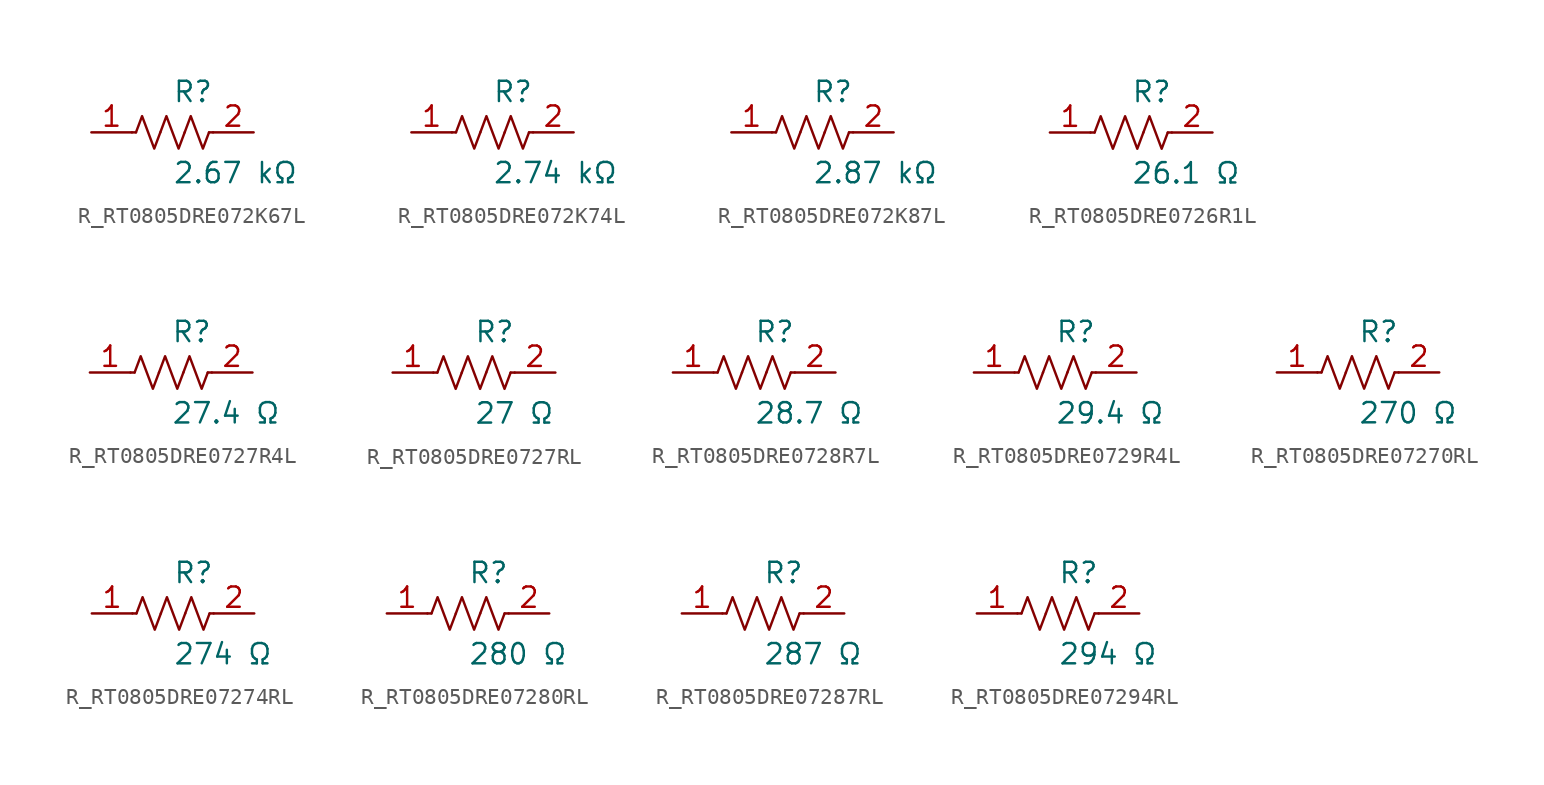
<source format=kicad_sym>
(kicad_symbol_lib
  (version 20231120)
  (generator kicad_symbol_editor)
  (generator_version 8.0)
  (symbol "R_RT0805DRE072K67L"
    (pin_names
      (offset 0.254))
    (property "Reference" "R"
      (at 0.0 2.54 0)
      (effects (font (size 1.27 1.27)) (justify left)))
    (property "Value" "2.67 kΩ"
      (at 0.0 -2.54 0)
      (effects (font (size 1.27 1.27)) (justify left)))
    (symbol "R_RT0805DRE072K67L_0_1"
      (polyline (pts (xy 2.286 0) (xy 2.54 0)) (stroke (width 0) (type default)) (fill (type none)))
      (polyline (pts (xy -2.286 0) (xy -2.54 0)) (stroke (width 0) (type default)) (fill (type none)))
      (polyline (pts (xy 0.762 0) (xy 1.143 1.016) (xy 1.524 0) (xy 1.905 -1.016) (xy 2.286 0)) (stroke (width 0) (type default)) (fill (type none)))
      (polyline (pts (xy -0.762 0) (xy -0.381 1.016) (xy 0 0) (xy 0.381 -1.016) (xy 0.762 0)) (stroke (width 0) (type default)) (fill (type none)))
      (polyline (pts (xy -2.286 0) (xy -1.905 1.016) (xy -1.524 0) (xy -1.143 -1.016) (xy -0.762 0)) (stroke (width 0) (type default)) (fill (type none))))
    (pin unspecified line
      (at -5.08 0 0)
      (length 2.54)
      (name "" (effects (font (size 1.27 1.27))))
      (number "1" (effects (font (size 1.27 1.27)))))
    (pin unspecified line
      (at 5.08 0 180)
      (length 2.54)
      (name "" (effects (font (size 1.27 1.27))))
      (number "2" (effects (font (size 1.27 1.27))))))
  (symbol "R_RT0805DRE072K74L"
    (pin_names
      (offset 0.254))
    (property "Reference" "R"
      (at 0.0 2.54 0)
      (effects (font (size 1.27 1.27)) (justify left)))
    (property "Value" "2.74 kΩ"
      (at 0.0 -2.54 0)
      (effects (font (size 1.27 1.27)) (justify left)))
    (symbol "R_RT0805DRE072K74L_0_1"
      (polyline (pts (xy 2.286 0) (xy 2.54 0)) (stroke (width 0) (type default)) (fill (type none)))
      (polyline (pts (xy -2.286 0) (xy -2.54 0)) (stroke (width 0) (type default)) (fill (type none)))
      (polyline (pts (xy 0.762 0) (xy 1.143 1.016) (xy 1.524 0) (xy 1.905 -1.016) (xy 2.286 0)) (stroke (width 0) (type default)) (fill (type none)))
      (polyline (pts (xy -0.762 0) (xy -0.381 1.016) (xy 0 0) (xy 0.381 -1.016) (xy 0.762 0)) (stroke (width 0) (type default)) (fill (type none)))
      (polyline (pts (xy -2.286 0) (xy -1.905 1.016) (xy -1.524 0) (xy -1.143 -1.016) (xy -0.762 0)) (stroke (width 0) (type default)) (fill (type none))))
    (pin unspecified line
      (at -5.08 0 0)
      (length 2.54)
      (name "" (effects (font (size 1.27 1.27))))
      (number "1" (effects (font (size 1.27 1.27)))))
    (pin unspecified line
      (at 5.08 0 180)
      (length 2.54)
      (name "" (effects (font (size 1.27 1.27))))
      (number "2" (effects (font (size 1.27 1.27))))))
  (symbol "R_RT0805DRE072K87L"
    (pin_names
      (offset 0.254))
    (property "Reference" "R"
      (at 0.0 2.54 0)
      (effects (font (size 1.27 1.27)) (justify left)))
    (property "Value" "2.87 kΩ"
      (at 0.0 -2.54 0)
      (effects (font (size 1.27 1.27)) (justify left)))
    (symbol "R_RT0805DRE072K87L_0_1"
      (polyline (pts (xy 2.286 0) (xy 2.54 0)) (stroke (width 0) (type default)) (fill (type none)))
      (polyline (pts (xy -2.286 0) (xy -2.54 0)) (stroke (width 0) (type default)) (fill (type none)))
      (polyline (pts (xy 0.762 0) (xy 1.143 1.016) (xy 1.524 0) (xy 1.905 -1.016) (xy 2.286 0)) (stroke (width 0) (type default)) (fill (type none)))
      (polyline (pts (xy -0.762 0) (xy -0.381 1.016) (xy 0 0) (xy 0.381 -1.016) (xy 0.762 0)) (stroke (width 0) (type default)) (fill (type none)))
      (polyline (pts (xy -2.286 0) (xy -1.905 1.016) (xy -1.524 0) (xy -1.143 -1.016) (xy -0.762 0)) (stroke (width 0) (type default)) (fill (type none))))
    (pin unspecified line
      (at -5.08 0 0)
      (length 2.54)
      (name "" (effects (font (size 1.27 1.27))))
      (number "1" (effects (font (size 1.27 1.27)))))
    (pin unspecified line
      (at 5.08 0 180)
      (length 2.54)
      (name "" (effects (font (size 1.27 1.27))))
      (number "2" (effects (font (size 1.27 1.27))))))
  (symbol "R_RT0805DRE0726R1L"
    (pin_names
      (offset 0.254))
    (property "Reference" "R"
      (at 0.0 2.54 0)
      (effects (font (size 1.27 1.27)) (justify left)))
    (property "Value" "26.1 Ω"
      (at 0.0 -2.54 0)
      (effects (font (size 1.27 1.27)) (justify left)))
    (symbol "R_RT0805DRE0726R1L_0_1"
      (polyline (pts (xy 2.286 0) (xy 2.54 0)) (stroke (width 0) (type default)) (fill (type none)))
      (polyline (pts (xy -2.286 0) (xy -2.54 0)) (stroke (width 0) (type default)) (fill (type none)))
      (polyline (pts (xy 0.762 0) (xy 1.143 1.016) (xy 1.524 0) (xy 1.905 -1.016) (xy 2.286 0)) (stroke (width 0) (type default)) (fill (type none)))
      (polyline (pts (xy -0.762 0) (xy -0.381 1.016) (xy 0 0) (xy 0.381 -1.016) (xy 0.762 0)) (stroke (width 0) (type default)) (fill (type none)))
      (polyline (pts (xy -2.286 0) (xy -1.905 1.016) (xy -1.524 0) (xy -1.143 -1.016) (xy -0.762 0)) (stroke (width 0) (type default)) (fill (type none))))
    (pin unspecified line
      (at -5.08 0 0)
      (length 2.54)
      (name "" (effects (font (size 1.27 1.27))))
      (number "1" (effects (font (size 1.27 1.27)))))
    (pin unspecified line
      (at 5.08 0 180)
      (length 2.54)
      (name "" (effects (font (size 1.27 1.27))))
      (number "2" (effects (font (size 1.27 1.27))))))
  (symbol "R_RT0805DRE0727R4L"
    (pin_names
      (offset 0.254))
    (property "Reference" "R"
      (at 0.0 2.54 0)
      (effects (font (size 1.27 1.27)) (justify left)))
    (property "Value" "27.4 Ω"
      (at 0.0 -2.54 0)
      (effects (font (size 1.27 1.27)) (justify left)))
    (symbol "R_RT0805DRE0727R4L_0_1"
      (polyline (pts (xy 2.286 0) (xy 2.54 0)) (stroke (width 0) (type default)) (fill (type none)))
      (polyline (pts (xy -2.286 0) (xy -2.54 0)) (stroke (width 0) (type default)) (fill (type none)))
      (polyline (pts (xy 0.762 0) (xy 1.143 1.016) (xy 1.524 0) (xy 1.905 -1.016) (xy 2.286 0)) (stroke (width 0) (type default)) (fill (type none)))
      (polyline (pts (xy -0.762 0) (xy -0.381 1.016) (xy 0 0) (xy 0.381 -1.016) (xy 0.762 0)) (stroke (width 0) (type default)) (fill (type none)))
      (polyline (pts (xy -2.286 0) (xy -1.905 1.016) (xy -1.524 0) (xy -1.143 -1.016) (xy -0.762 0)) (stroke (width 0) (type default)) (fill (type none))))
    (pin unspecified line
      (at -5.08 0 0)
      (length 2.54)
      (name "" (effects (font (size 1.27 1.27))))
      (number "1" (effects (font (size 1.27 1.27)))))
    (pin unspecified line
      (at 5.08 0 180)
      (length 2.54)
      (name "" (effects (font (size 1.27 1.27))))
      (number "2" (effects (font (size 1.27 1.27))))))
  (symbol "R_RT0805DRE0727RL"
    (pin_names
      (offset 0.254))
    (property "Reference" "R"
      (at 0.0 2.54 0)
      (effects (font (size 1.27 1.27)) (justify left)))
    (property "Value" "27 Ω"
      (at 0.0 -2.54 0)
      (effects (font (size 1.27 1.27)) (justify left)))
    (symbol "R_RT0805DRE0727RL_0_1"
      (polyline (pts (xy 2.286 0) (xy 2.54 0)) (stroke (width 0) (type default)) (fill (type none)))
      (polyline (pts (xy -2.286 0) (xy -2.54 0)) (stroke (width 0) (type default)) (fill (type none)))
      (polyline (pts (xy 0.762 0) (xy 1.143 1.016) (xy 1.524 0) (xy 1.905 -1.016) (xy 2.286 0)) (stroke (width 0) (type default)) (fill (type none)))
      (polyline (pts (xy -0.762 0) (xy -0.381 1.016) (xy 0 0) (xy 0.381 -1.016) (xy 0.762 0)) (stroke (width 0) (type default)) (fill (type none)))
      (polyline (pts (xy -2.286 0) (xy -1.905 1.016) (xy -1.524 0) (xy -1.143 -1.016) (xy -0.762 0)) (stroke (width 0) (type default)) (fill (type none))))
    (pin unspecified line
      (at -5.08 0 0)
      (length 2.54)
      (name "" (effects (font (size 1.27 1.27))))
      (number "1" (effects (font (size 1.27 1.27)))))
    (pin unspecified line
      (at 5.08 0 180)
      (length 2.54)
      (name "" (effects (font (size 1.27 1.27))))
      (number "2" (effects (font (size 1.27 1.27))))))
  (symbol "R_RT0805DRE0728R7L"
    (pin_names
      (offset 0.254))
    (property "Reference" "R"
      (at 0.0 2.54 0)
      (effects (font (size 1.27 1.27)) (justify left)))
    (property "Value" "28.7 Ω"
      (at 0.0 -2.54 0)
      (effects (font (size 1.27 1.27)) (justify left)))
    (symbol "R_RT0805DRE0728R7L_0_1"
      (polyline (pts (xy 2.286 0) (xy 2.54 0)) (stroke (width 0) (type default)) (fill (type none)))
      (polyline (pts (xy -2.286 0) (xy -2.54 0)) (stroke (width 0) (type default)) (fill (type none)))
      (polyline (pts (xy 0.762 0) (xy 1.143 1.016) (xy 1.524 0) (xy 1.905 -1.016) (xy 2.286 0)) (stroke (width 0) (type default)) (fill (type none)))
      (polyline (pts (xy -0.762 0) (xy -0.381 1.016) (xy 0 0) (xy 0.381 -1.016) (xy 0.762 0)) (stroke (width 0) (type default)) (fill (type none)))
      (polyline (pts (xy -2.286 0) (xy -1.905 1.016) (xy -1.524 0) (xy -1.143 -1.016) (xy -0.762 0)) (stroke (width 0) (type default)) (fill (type none))))
    (pin unspecified line
      (at -5.08 0 0)
      (length 2.54)
      (name "" (effects (font (size 1.27 1.27))))
      (number "1" (effects (font (size 1.27 1.27)))))
    (pin unspecified line
      (at 5.08 0 180)
      (length 2.54)
      (name "" (effects (font (size 1.27 1.27))))
      (number "2" (effects (font (size 1.27 1.27))))))
  (symbol "R_RT0805DRE0729R4L"
    (pin_names
      (offset 0.254))
    (property "Reference" "R"
      (at 0.0 2.54 0)
      (effects (font (size 1.27 1.27)) (justify left)))
    (property "Value" "29.4 Ω"
      (at 0.0 -2.54 0)
      (effects (font (size 1.27 1.27)) (justify left)))
    (symbol "R_RT0805DRE0729R4L_0_1"
      (polyline (pts (xy 2.286 0) (xy 2.54 0)) (stroke (width 0) (type default)) (fill (type none)))
      (polyline (pts (xy -2.286 0) (xy -2.54 0)) (stroke (width 0) (type default)) (fill (type none)))
      (polyline (pts (xy 0.762 0) (xy 1.143 1.016) (xy 1.524 0) (xy 1.905 -1.016) (xy 2.286 0)) (stroke (width 0) (type default)) (fill (type none)))
      (polyline (pts (xy -0.762 0) (xy -0.381 1.016) (xy 0 0) (xy 0.381 -1.016) (xy 0.762 0)) (stroke (width 0) (type default)) (fill (type none)))
      (polyline (pts (xy -2.286 0) (xy -1.905 1.016) (xy -1.524 0) (xy -1.143 -1.016) (xy -0.762 0)) (stroke (width 0) (type default)) (fill (type none))))
    (pin unspecified line
      (at -5.08 0 0)
      (length 2.54)
      (name "" (effects (font (size 1.27 1.27))))
      (number "1" (effects (font (size 1.27 1.27)))))
    (pin unspecified line
      (at 5.08 0 180)
      (length 2.54)
      (name "" (effects (font (size 1.27 1.27))))
      (number "2" (effects (font (size 1.27 1.27))))))
  (symbol "R_RT0805DRE07270RL"
    (pin_names
      (offset 0.254))
    (property "Reference" "R"
      (at 0.0 2.54 0)
      (effects (font (size 1.27 1.27)) (justify left)))
    (property "Value" "270 Ω"
      (at 0.0 -2.54 0)
      (effects (font (size 1.27 1.27)) (justify left)))
    (symbol "R_RT0805DRE07270RL_0_1"
      (polyline (pts (xy 2.286 0) (xy 2.54 0)) (stroke (width 0) (type default)) (fill (type none)))
      (polyline (pts (xy -2.286 0) (xy -2.54 0)) (stroke (width 0) (type default)) (fill (type none)))
      (polyline (pts (xy 0.762 0) (xy 1.143 1.016) (xy 1.524 0) (xy 1.905 -1.016) (xy 2.286 0)) (stroke (width 0) (type default)) (fill (type none)))
      (polyline (pts (xy -0.762 0) (xy -0.381 1.016) (xy 0 0) (xy 0.381 -1.016) (xy 0.762 0)) (stroke (width 0) (type default)) (fill (type none)))
      (polyline (pts (xy -2.286 0) (xy -1.905 1.016) (xy -1.524 0) (xy -1.143 -1.016) (xy -0.762 0)) (stroke (width 0) (type default)) (fill (type none))))
    (pin unspecified line
      (at -5.08 0 0)
      (length 2.54)
      (name "" (effects (font (size 1.27 1.27))))
      (number "1" (effects (font (size 1.27 1.27)))))
    (pin unspecified line
      (at 5.08 0 180)
      (length 2.54)
      (name "" (effects (font (size 1.27 1.27))))
      (number "2" (effects (font (size 1.27 1.27))))))
  (symbol "R_RT0805DRE07274RL"
    (pin_names
      (offset 0.254))
    (property "Reference" "R"
      (at 0.0 2.54 0)
      (effects (font (size 1.27 1.27)) (justify left)))
    (property "Value" "274 Ω"
      (at 0.0 -2.54 0)
      (effects (font (size 1.27 1.27)) (justify left)))
    (symbol "R_RT0805DRE07274RL_0_1"
      (polyline (pts (xy 2.286 0) (xy 2.54 0)) (stroke (width 0) (type default)) (fill (type none)))
      (polyline (pts (xy -2.286 0) (xy -2.54 0)) (stroke (width 0) (type default)) (fill (type none)))
      (polyline (pts (xy 0.762 0) (xy 1.143 1.016) (xy 1.524 0) (xy 1.905 -1.016) (xy 2.286 0)) (stroke (width 0) (type default)) (fill (type none)))
      (polyline (pts (xy -0.762 0) (xy -0.381 1.016) (xy 0 0) (xy 0.381 -1.016) (xy 0.762 0)) (stroke (width 0) (type default)) (fill (type none)))
      (polyline (pts (xy -2.286 0) (xy -1.905 1.016) (xy -1.524 0) (xy -1.143 -1.016) (xy -0.762 0)) (stroke (width 0) (type default)) (fill (type none))))
    (pin unspecified line
      (at -5.08 0 0)
      (length 2.54)
      (name "" (effects (font (size 1.27 1.27))))
      (number "1" (effects (font (size 1.27 1.27)))))
    (pin unspecified line
      (at 5.08 0 180)
      (length 2.54)
      (name "" (effects (font (size 1.27 1.27))))
      (number "2" (effects (font (size 1.27 1.27))))))
  (symbol "R_RT0805DRE07280RL"
    (pin_names
      (offset 0.254))
    (property "Reference" "R"
      (at 0.0 2.54 0)
      (effects (font (size 1.27 1.27)) (justify left)))
    (property "Value" "280 Ω"
      (at 0.0 -2.54 0)
      (effects (font (size 1.27 1.27)) (justify left)))
    (symbol "R_RT0805DRE07280RL_0_1"
      (polyline (pts (xy 2.286 0) (xy 2.54 0)) (stroke (width 0) (type default)) (fill (type none)))
      (polyline (pts (xy -2.286 0) (xy -2.54 0)) (stroke (width 0) (type default)) (fill (type none)))
      (polyline (pts (xy 0.762 0) (xy 1.143 1.016) (xy 1.524 0) (xy 1.905 -1.016) (xy 2.286 0)) (stroke (width 0) (type default)) (fill (type none)))
      (polyline (pts (xy -0.762 0) (xy -0.381 1.016) (xy 0 0) (xy 0.381 -1.016) (xy 0.762 0)) (stroke (width 0) (type default)) (fill (type none)))
      (polyline (pts (xy -2.286 0) (xy -1.905 1.016) (xy -1.524 0) (xy -1.143 -1.016) (xy -0.762 0)) (stroke (width 0) (type default)) (fill (type none))))
    (pin unspecified line
      (at -5.08 0 0)
      (length 2.54)
      (name "" (effects (font (size 1.27 1.27))))
      (number "1" (effects (font (size 1.27 1.27)))))
    (pin unspecified line
      (at 5.08 0 180)
      (length 2.54)
      (name "" (effects (font (size 1.27 1.27))))
      (number "2" (effects (font (size 1.27 1.27))))))
  (symbol "R_RT0805DRE07287RL"
    (pin_names
      (offset 0.254))
    (property "Reference" "R"
      (at 0.0 2.54 0)
      (effects (font (size 1.27 1.27)) (justify left)))
    (property "Value" "287 Ω"
      (at 0.0 -2.54 0)
      (effects (font (size 1.27 1.27)) (justify left)))
    (symbol "R_RT0805DRE07287RL_0_1"
      (polyline (pts (xy 2.286 0) (xy 2.54 0)) (stroke (width 0) (type default)) (fill (type none)))
      (polyline (pts (xy -2.286 0) (xy -2.54 0)) (stroke (width 0) (type default)) (fill (type none)))
      (polyline (pts (xy 0.762 0) (xy 1.143 1.016) (xy 1.524 0) (xy 1.905 -1.016) (xy 2.286 0)) (stroke (width 0) (type default)) (fill (type none)))
      (polyline (pts (xy -0.762 0) (xy -0.381 1.016) (xy 0 0) (xy 0.381 -1.016) (xy 0.762 0)) (stroke (width 0) (type default)) (fill (type none)))
      (polyline (pts (xy -2.286 0) (xy -1.905 1.016) (xy -1.524 0) (xy -1.143 -1.016) (xy -0.762 0)) (stroke (width 0) (type default)) (fill (type none))))
    (pin unspecified line
      (at -5.08 0 0)
      (length 2.54)
      (name "" (effects (font (size 1.27 1.27))))
      (number "1" (effects (font (size 1.27 1.27)))))
    (pin unspecified line
      (at 5.08 0 180)
      (length 2.54)
      (name "" (effects (font (size 1.27 1.27))))
      (number "2" (effects (font (size 1.27 1.27))))))
  (symbol "R_RT0805DRE07294RL"
    (pin_names
      (offset 0.254))
    (property "Reference" "R"
      (at 0.0 2.54 0)
      (effects (font (size 1.27 1.27)) (justify left)))
    (property "Value" "294 Ω"
      (at 0.0 -2.54 0)
      (effects (font (size 1.27 1.27)) (justify left)))
    (symbol "R_RT0805DRE07294RL_0_1"
      (polyline (pts (xy 2.286 0) (xy 2.54 0)) (stroke (width 0) (type default)) (fill (type none)))
      (polyline (pts (xy -2.286 0) (xy -2.54 0)) (stroke (width 0) (type default)) (fill (type none)))
      (polyline (pts (xy 0.762 0) (xy 1.143 1.016) (xy 1.524 0) (xy 1.905 -1.016) (xy 2.286 0)) (stroke (width 0) (type default)) (fill (type none)))
      (polyline (pts (xy -0.762 0) (xy -0.381 1.016) (xy 0 0) (xy 0.381 -1.016) (xy 0.762 0)) (stroke (width 0) (type default)) (fill (type none)))
      (polyline (pts (xy -2.286 0) (xy -1.905 1.016) (xy -1.524 0) (xy -1.143 -1.016) (xy -0.762 0)) (stroke (width 0) (type default)) (fill (type none))))
    (pin unspecified line
      (at -5.08 0 0)
      (length 2.54)
      (name "" (effects (font (size 1.27 1.27))))
      (number "1" (effects (font (size 1.27 1.27)))))
    (pin unspecified line
      (at 5.08 0 180)
      (length 2.54)
      (name "" (effects (font (size 1.27 1.27))))
      (number "2" (effects (font (size 1.27 1.27)))))))
</source>
